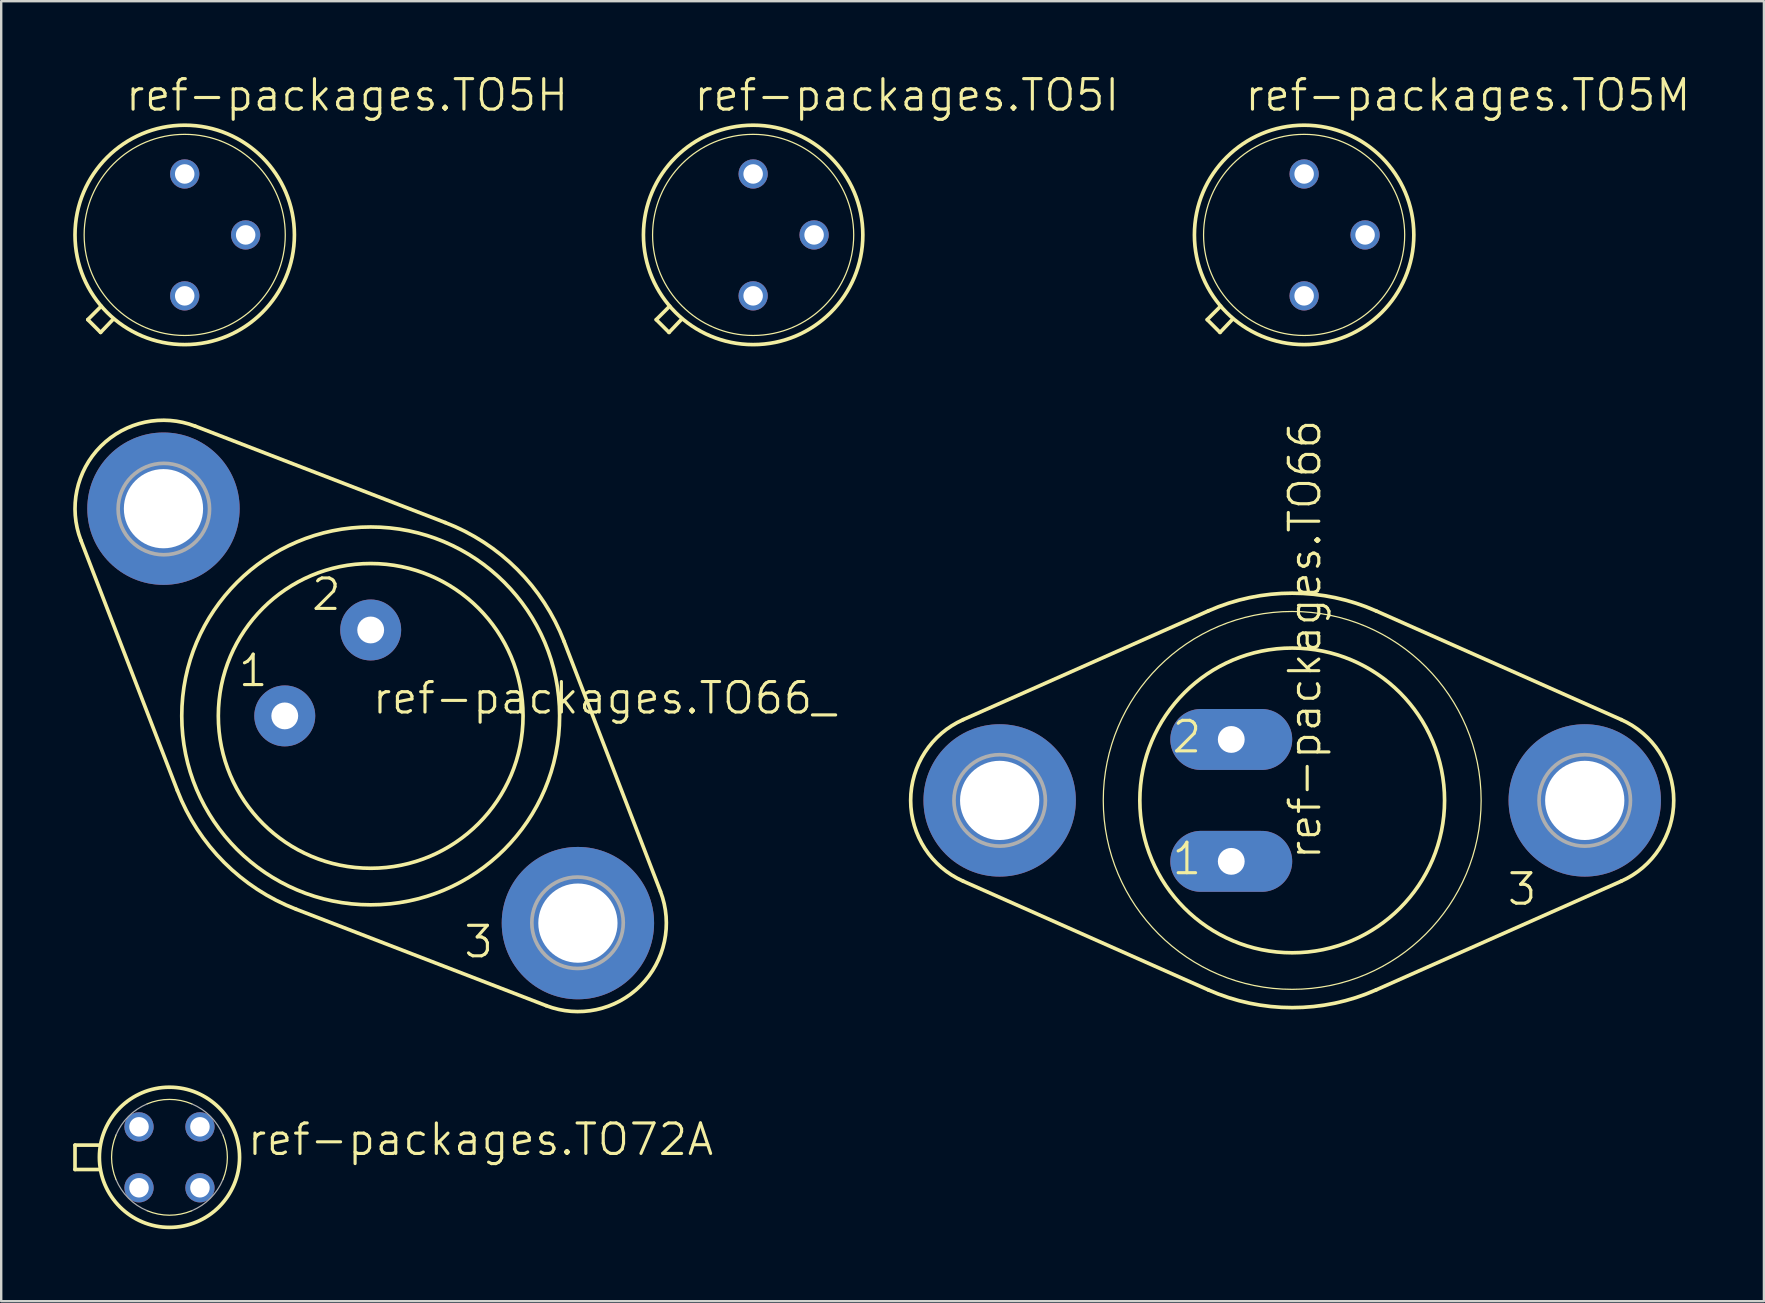
<source format=kicad_pcb>
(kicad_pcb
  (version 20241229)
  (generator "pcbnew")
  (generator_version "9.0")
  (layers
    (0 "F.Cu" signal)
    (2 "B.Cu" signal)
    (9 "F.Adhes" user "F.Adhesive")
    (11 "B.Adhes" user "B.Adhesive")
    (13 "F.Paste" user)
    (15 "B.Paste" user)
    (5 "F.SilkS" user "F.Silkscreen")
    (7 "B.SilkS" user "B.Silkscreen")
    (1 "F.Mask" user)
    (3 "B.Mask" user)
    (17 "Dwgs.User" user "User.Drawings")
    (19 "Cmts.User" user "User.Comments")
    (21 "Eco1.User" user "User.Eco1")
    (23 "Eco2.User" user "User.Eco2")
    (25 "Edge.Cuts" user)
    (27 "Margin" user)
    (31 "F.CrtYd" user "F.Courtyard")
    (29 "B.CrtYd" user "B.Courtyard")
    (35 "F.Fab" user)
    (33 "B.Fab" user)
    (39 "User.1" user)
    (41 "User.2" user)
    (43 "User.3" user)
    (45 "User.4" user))
  (footprint "ref-packages.TO66"
    (layer "F.Cu")
    (at 50.804 30.308)
    (property "Reference" "ref-packages.TO66" (at 1.27 2.54 90) (layer "F.SilkS") (effects (font (size 1.27 1.27) (thickness 0.13)) (justify left bottom)))
    (attr through_hole)
    (fp_line (start -3.501 -7.895) (end -13.711 -3.367) (stroke (width 0.152) (type default)) (layer "F.SilkS"))
    (fp_line (start -3.501 7.895) (end -13.711 3.367) (stroke (width 0.152) (type default)) (layer "F.SilkS"))
    (fp_line (start 3.501 -7.895) (end 13.711 -3.367) (stroke (width 0.152) (type default)) (layer "F.SilkS"))
    (fp_line (start 3.501 7.895) (end 13.711 3.367) (stroke (width 0.152) (type default)) (layer "F.SilkS"))
    (fp_arc (start -13.711 3.367) (mid -15.900927 0.0002) (end -13.711 -3.3666) (stroke (width 0.1524) (type default)) (layer "F.SilkS"))
    (fp_arc (start -3.501 -7.895) (mid 0.0001 -8.636519) (end 3.5012 -7.895) (stroke (width 0.1524) (type default)) (layer "F.SilkS"))
    (fp_arc (start 3.5012 7.895) (mid 0.0001 8.636519) (end -3.501 7.895) (stroke (width 0.1524) (type default)) (layer "F.SilkS"))
    (fp_arc (start 13.711 -3.3666) (mid 15.900927 0.0002) (end 13.711 3.367) (stroke (width 0.1524) (type default)) (layer "F.SilkS"))
    (fp_circle (center 0 0) (end 6.35 0) (stroke (width 0.152) (type default)) (fill no) (layer "F.SilkS"))
    (fp_circle (center 0 0) (end 7.874 0) (stroke (width 0.051) (type default)) (fill no) (layer "F.SilkS"))
    (fp_circle (center -12.192 0) (end -10.287 0) (stroke (width 0.152) (type default)) (fill no) (layer "F.Fab"))
    (fp_circle (center 12.192 0) (end 14.097 0) (stroke (width 0.152) (type default)) (fill no) (layer "F.Fab"))
    (fp_text user "1" (at -5.08 3.175 0) (layer "F.SilkS") (effects (font (size 1.27 1.27) (thickness 0.13)) (justify left bottom)))
    (fp_text user "3" (at 8.89 4.445 0) (layer "F.SilkS") (effects (font (size 1.27 1.27) (thickness 0.13)) (justify left bottom)))
    (fp_text user "2" (at -5.08 -1.905 0) (layer "F.SilkS") (effects (font (size 1.27 1.27) (thickness 0.13)) (justify left bottom)))
    (pad "1" thru_hole oval (at -2.54 2.54) (size 5.08 2.54) (drill 1.118) (layers "*.Cu" "*.Mask"))
    (pad "2" thru_hole oval (at -2.54 -2.54) (size 5.08 2.54) (drill 1.118) (layers "*.Cu" "*.Mask"))
    (pad "3" thru_hole circle (at 12.192 0) (size 6.35 6.35) (drill 3.302) (layers "*.Cu" "*.Mask"))
    (pad "TO66" thru_hole circle (at -12.192 0) (size 6.35 6.35) (drill 3.302) (layers "*.Cu" "*.Mask")))
  (footprint "ref-packages.TO5M"
    (layer "F.Cu")
    (at 51.301 6.74)
    (property "Reference" "ref-packages.TO5M" (at -2.54 -5.08 0) (layer "F.SilkS") (effects (font (size 1.27 1.27) (thickness 0.13)) (justify left bottom)))
    (attr through_hole)
    (fp_line (start -4.039 3.531) (end -3.48 2.972) (stroke (width 0.152) (type default)) (layer "F.SilkS"))
    (fp_line (start -3.505 4.064) (end -4.039 3.531) (stroke (width 0.152) (type default)) (layer "F.SilkS"))
    (fp_line (start -2.972 3.505) (end -3.505 4.064) (stroke (width 0.152) (type default)) (layer "F.SilkS"))
    (fp_circle (center 0 0) (end 4.191 0) (stroke (width 0.051) (type default)) (fill no) (layer "F.SilkS"))
    (fp_circle (center 0 0) (end 4.572 0) (stroke (width 0.152) (type default)) (fill no) (layer "F.SilkS"))
    (pad "D" thru_hole circle (at 0 -2.54) (size 1.219 1.219) (drill 0.813) (layers "*.Cu" "*.Mask"))
    (pad "G" thru_hole circle (at 2.54 0) (size 1.219 1.219) (drill 0.813) (layers "*.Cu" "*.Mask"))
    (pad "S" thru_hole circle (at 0 2.54) (size 1.219 1.219) (drill 0.813) (layers "*.Cu" "*.Mask")))
  (footprint "ref-packages.TO5I"
    (layer "F.Cu")
    (at 28.338 6.74)
    (property "Reference" "ref-packages.TO5I" (at -2.54 -5.08 0) (layer "F.SilkS") (effects (font (size 1.27 1.27) (thickness 0.13)) (justify left bottom)))
    (attr through_hole)
    (fp_line (start -4.039 3.531) (end -3.48 2.972) (stroke (width 0.152) (type default)) (layer "F.SilkS"))
    (fp_line (start -3.505 4.064) (end -4.039 3.531) (stroke (width 0.152) (type default)) (layer "F.SilkS"))
    (fp_line (start -2.972 3.505) (end -3.505 4.064) (stroke (width 0.152) (type default)) (layer "F.SilkS"))
    (fp_circle (center 0 0) (end 4.191 0) (stroke (width 0.051) (type default)) (fill no) (layer "F.SilkS"))
    (fp_circle (center 0 0) (end 4.572 0) (stroke (width 0.152) (type default)) (fill no) (layer "F.SilkS"))
    (pad "D" thru_hole circle (at 0 -2.54) (size 1.219 1.219) (drill 0.813) (layers "*.Cu" "*.Mask"))
    (pad "G" thru_hole circle (at 2.54 0) (size 1.219 1.219) (drill 0.813) (layers "*.Cu" "*.Mask"))
    (pad "S" thru_hole circle (at 0 2.54) (size 1.219 1.219) (drill 0.813) (layers "*.Cu" "*.Mask")))
  (footprint "ref-packages.TO5H"
    (layer "F.Cu")
    (at 4.648 6.74)
    (property "Reference" "ref-packages.TO5H" (at -2.54 -5.08 0) (layer "F.SilkS") (effects (font (size 1.27 1.27) (thickness 0.13)) (justify left bottom)))
    (attr through_hole)
    (fp_line (start -4.039 3.531) (end -3.48 2.972) (stroke (width 0.152) (type default)) (layer "F.SilkS"))
    (fp_line (start -3.505 4.064) (end -4.039 3.531) (stroke (width 0.152) (type default)) (layer "F.SilkS"))
    (fp_line (start -2.972 3.505) (end -3.505 4.064) (stroke (width 0.152) (type default)) (layer "F.SilkS"))
    (fp_circle (center 0 0) (end 4.191 0) (stroke (width 0.051) (type default)) (fill no) (layer "F.SilkS"))
    (fp_circle (center 0 0) (end 4.572 0) (stroke (width 0.152) (type default)) (fill no) (layer "F.SilkS"))
    (pad "A1" thru_hole circle (at 0 2.54) (size 1.219 1.219) (drill 0.813) (layers "*.Cu" "*.Mask"))
    (pad "A2" thru_hole circle (at 0 -2.54) (size 1.219 1.219) (drill 0.813) (layers "*.Cu" "*.Mask"))
    (pad "G" thru_hole circle (at 2.54 0) (size 1.219 1.219) (drill 0.813) (layers "*.Cu" "*.Mask")))
  (footprint "ref-packages.TO72A"
    (layer "F.Cu")
    (at 4.013 45.182)
    (property "Reference" "ref-packages.TO72A" (at 3.175 0 0) (layer "F.SilkS") (effects (font (size 1.27 1.27) (thickness 0.13)) (justify left bottom)))
    (attr through_hole)
    (fp_line (start -3.937 -0.508) (end -2.896 -0.508) (stroke (width 0.152) (type default)) (layer "F.SilkS"))
    (fp_line (start -3.937 0.508) (end -3.937 -0.508) (stroke (width 0.152) (type default)) (layer "F.SilkS"))
    (fp_line (start -2.896 0.508) (end -3.937 0.508) (stroke (width 0.152) (type default)) (layer "F.SilkS"))
    (fp_arc (start -2.227 0.9289) (mid -2.412962 0) (end -2.227 -0.9289) (stroke (width 0.0508) (type default)) (layer "F.SilkS"))
    (fp_arc (start -0.9289 -2.227) (mid 0 -2.412962) (end 0.9289 -2.227) (stroke (width 0.0508) (type default)) (layer "F.SilkS"))
    (fp_arc (start 0.9289 2.227) (mid 0 2.412962) (end -0.9289 2.227) (stroke (width 0.0508) (type default)) (layer "F.SilkS"))
    (fp_arc (start 2.227 -0.9289) (mid 2.412962 0) (end 2.227 0.9289) (stroke (width 0.0508) (type default)) (layer "F.SilkS"))
    (fp_circle (center 0 0) (end 2.921 0) (stroke (width 0.152) (type default)) (fill no) (layer "F.SilkS"))
    (fp_arc (start -2.227 -0.9289) (mid -1.706222 -1.706222) (end -0.9289 -2.227) (stroke (width 0.0508) (type default)) (layer "F.Fab"))
    (fp_arc (start -0.9289 2.227) (mid -1.706222 1.706222) (end -2.227 0.9289) (stroke (width 0.0508) (type default)) (layer "F.Fab"))
    (fp_arc (start 0.9289 -2.227) (mid 1.706222 -1.706222) (end 2.227 -0.9289) (stroke (width 0.0508) (type default)) (layer "F.Fab"))
    (fp_arc (start 2.227 0.9289) (mid 1.706222 1.706222) (end 0.9289 2.227) (stroke (width 0.0508) (type default)) (layer "F.Fab"))
    (pad "B" thru_hole circle (at -1.27 1.27) (size 1.219 1.219) (drill 0.813) (layers "*.Cu" "*.Mask"))
    (pad "C" thru_hole circle (at 1.27 -1.27) (size 1.219 1.219) (drill 0.813) (layers "*.Cu" "*.Mask"))
    (pad "E" thru_hole circle (at 1.27 1.27) (size 1.219 1.219) (drill 0.813) (layers "*.Cu" "*.Mask"))
    (pad "GEH" thru_hole circle (at -1.27 -1.27) (size 1.219 1.219) (drill 0.813) (layers "*.Cu" "*.Mask")))
  (footprint "ref-packages.TO66_"
    (layer "F.Cu")
    (at 12.399 26.786)
    (property "Reference" "ref-packages.TO66_" (at 0 0 0) (layer "F.SilkS") (effects (font (size 1.27 1.27) (thickness 0.13)) (justify left bottom)))
    (attr through_hole)
    (fp_line (start -8.058 3.107) (end -12.076 -7.314) (stroke (width 0.152) (type default)) (layer "F.SilkS"))
    (fp_line (start -3.107 8.058) (end 7.314 12.076) (stroke (width 0.152) (type default)) (layer "F.SilkS"))
    (fp_line (start 3.107 -8.058) (end -7.314 -12.076) (stroke (width 0.152) (type default)) (layer "F.SilkS"))
    (fp_line (start 8.058 -3.107) (end 12.076 7.314) (stroke (width 0.152) (type default)) (layer "F.SilkS"))
    (fp_arc (start -12.076 -7.314) (mid -11.243812 -11.243212) (end -7.3146 -12.0754) (stroke (width 0.1524) (type default)) (layer "F.SilkS"))
    (fp_arc (start -3.1067 8.0582) (mid -6.106677 6.106937) (end -8.058 3.107) (stroke (width 0.1524) (type default)) (layer "F.SilkS"))
    (fp_arc (start 3.107 -8.058) (mid 6.107043 -6.106704) (end 8.0584 -3.1067) (stroke (width 0.1524) (type default)) (layer "F.SilkS"))
    (fp_arc (start 12.0754 7.3146) (mid 11.243212 11.243812) (end 7.314 12.076) (stroke (width 0.1524) (type default)) (layer "F.SilkS"))
    (fp_circle (center 0 0) (end 6.35 0) (stroke (width 0.152) (type default)) (fill no) (layer "F.SilkS"))
    (fp_circle (center 0 0) (end 7.874 0) (stroke (width 0.152) (type default)) (fill no) (layer "F.SilkS"))
    (fp_circle (center -8.621 -8.621) (end -6.716 -8.621) (stroke (width 0.152) (type default)) (fill no) (layer "F.Fab"))
    (fp_circle (center 8.621 8.621) (end 10.526 8.621) (stroke (width 0.152) (type default)) (fill no) (layer "F.Fab"))
    (fp_text user "3" (at 3.81 10.16 0) (layer "F.SilkS") (effects (font (size 1.27 1.27) (thickness 0.13)) (justify left bottom)))
    (fp_text user "1" (at -5.588 -1.143 0) (layer "F.SilkS") (effects (font (size 1.27 1.27) (thickness 0.13)) (justify left bottom)))
    (fp_text user "2" (at -2.54 -4.318 0) (layer "F.SilkS") (effects (font (size 1.27 1.27) (thickness 0.13)) (justify left bottom)))
    (pad "1" thru_hole circle (at -3.581 0) (size 2.54 2.54) (drill 1.118) (layers "*.Cu" "*.Mask"))
    (pad "2" thru_hole circle (at 0 -3.581) (size 2.54 2.54) (drill 1.118) (layers "*.Cu" "*.Mask"))
    (pad "3" thru_hole circle (at 8.636 8.636) (size 6.35 6.35) (drill 3.302) (layers "*.Cu" "*.Mask"))
    (pad "TO66" thru_hole circle (at -8.636 -8.636) (size 6.35 6.35) (drill 3.302) (layers "*.Cu" "*.Mask")))
  (gr_rect
    (start -3 -3)
    (end 70.464 51.18)
    (stroke (width 0.1) (type default))
    (fill no)
    (layer "Edge.Cuts")))
</source>
